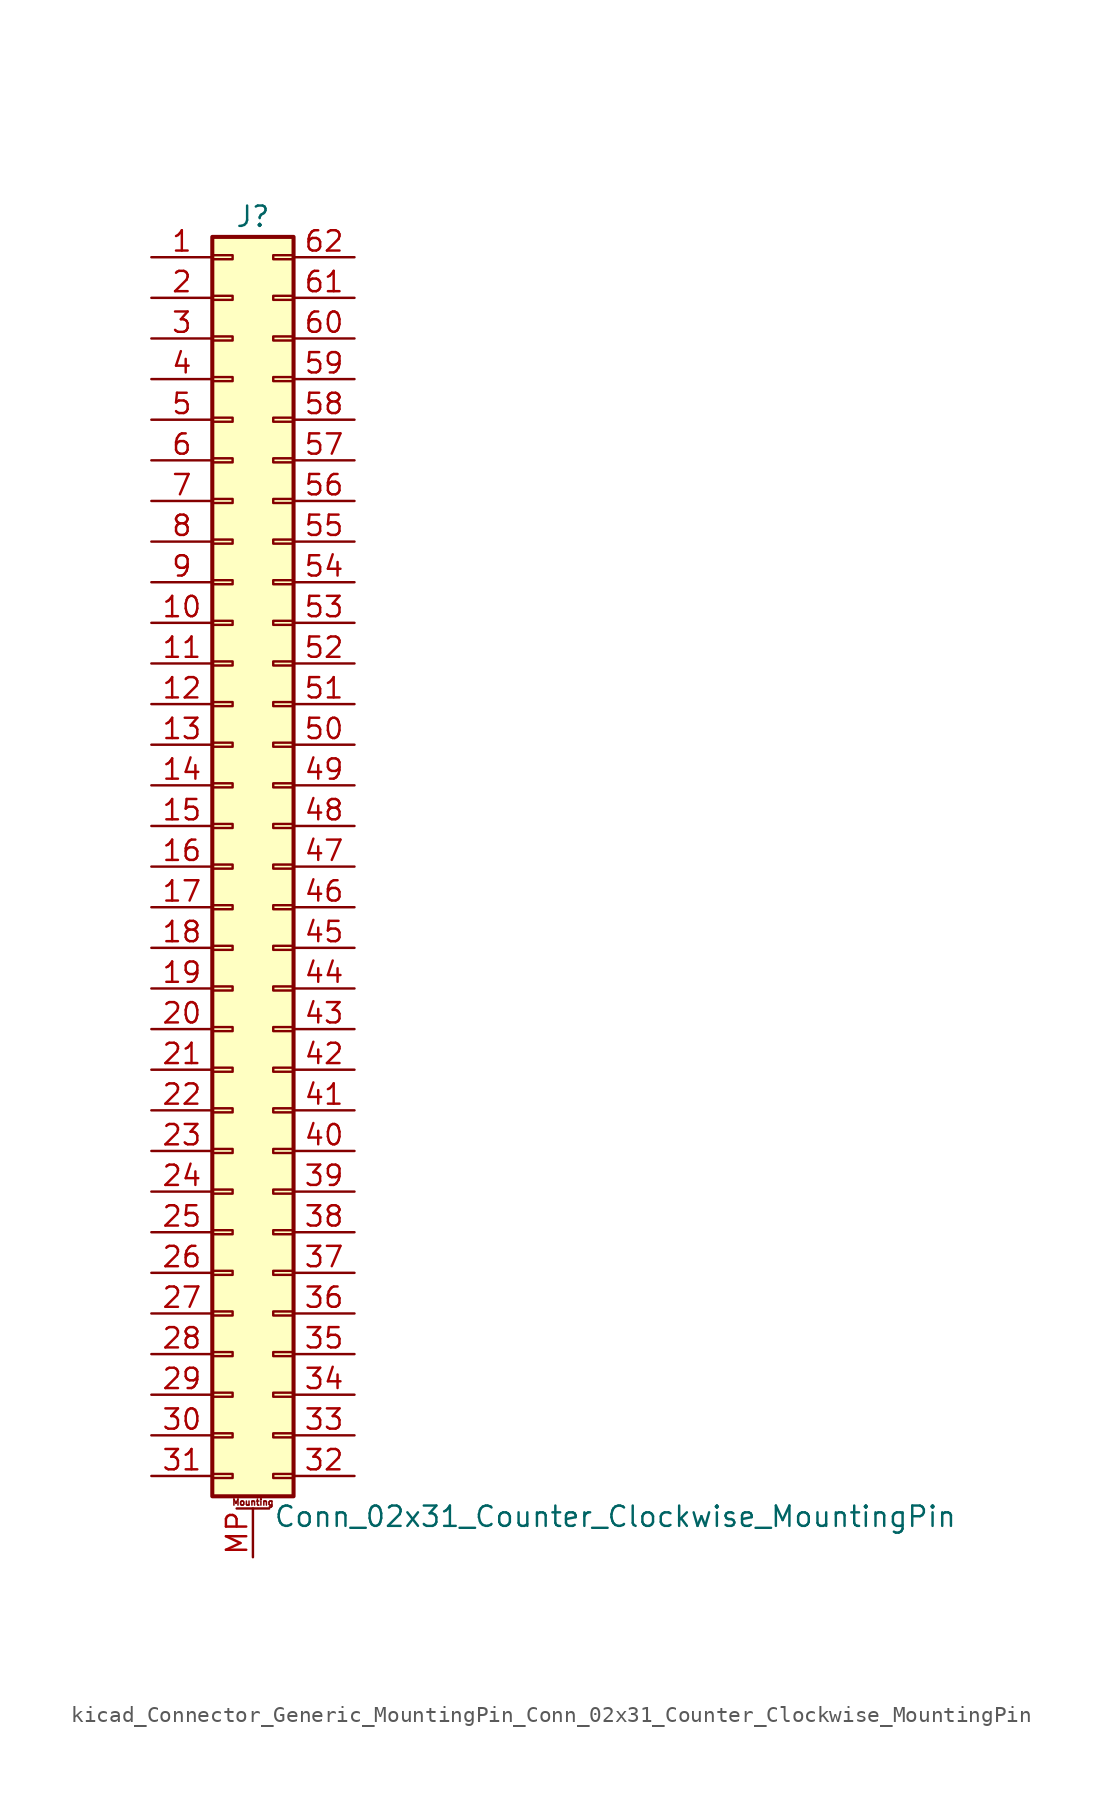
<source format=kicad_sym>
(kicad_symbol_lib
  (version 20220914)
  (generator kicad_symbol_editor)
  (symbol "kicad_Connector_Generic_MountingPin_Conn_02x31_Counter_Clockwise_MountingPin"
    (pin_names
      (offset 1.016) hide)
    (property "Reference" "J"
      (at 1.27 40.64 0)
      (effects (font (size 1.27 1.27))))
    (property "Value" "Conn_02x31_Counter_Clockwise_MountingPin"
      (at 2.54 -40.64 0)
      (effects (font (size 1.27 1.27)) (justify left)))
    (symbol "kicad_Connector_Generic_MountingPin_Conn_02x31_Counter_Clockwise_MountingPin_1_1"
      (rectangle (start -1.27 -37.973) (end 0 -38.227) (stroke (width 0.152) (type default)) (fill (type none)))
      (rectangle (start -1.27 -35.433) (end 0 -35.687) (stroke (width 0.152) (type default)) (fill (type none)))
      (rectangle (start -1.27 -32.893) (end 0 -33.147) (stroke (width 0.152) (type default)) (fill (type none)))
      (rectangle (start -1.27 -30.353) (end 0 -30.607) (stroke (width 0.152) (type default)) (fill (type none)))
      (rectangle (start -1.27 -27.813) (end 0 -28.067) (stroke (width 0.152) (type default)) (fill (type none)))
      (rectangle (start -1.27 -25.273) (end 0 -25.527) (stroke (width 0.152) (type default)) (fill (type none)))
      (rectangle (start -1.27 -22.733) (end 0 -22.987) (stroke (width 0.152) (type default)) (fill (type none)))
      (rectangle (start -1.27 -20.193) (end 0 -20.447) (stroke (width 0.152) (type default)) (fill (type none)))
      (rectangle (start -1.27 -17.653) (end 0 -17.907) (stroke (width 0.152) (type default)) (fill (type none)))
      (rectangle (start -1.27 -15.113) (end 0 -15.367) (stroke (width 0.152) (type default)) (fill (type none)))
      (rectangle (start -1.27 -12.573) (end 0 -12.827) (stroke (width 0.152) (type default)) (fill (type none)))
      (rectangle (start -1.27 -10.033) (end 0 -10.287) (stroke (width 0.152) (type default)) (fill (type none)))
      (rectangle (start -1.27 -7.493) (end 0 -7.747) (stroke (width 0.152) (type default)) (fill (type none)))
      (rectangle (start -1.27 -4.953) (end 0 -5.207) (stroke (width 0.152) (type default)) (fill (type none)))
      (rectangle (start -1.27 -2.413) (end 0 -2.667) (stroke (width 0.152) (type default)) (fill (type none)))
      (rectangle (start -1.27 0.127) (end 0 -0.127) (stroke (width 0.152) (type default)) (fill (type none)))
      (rectangle (start -1.27 2.667) (end 0 2.413) (stroke (width 0.152) (type default)) (fill (type none)))
      (rectangle (start -1.27 5.207) (end 0 4.953) (stroke (width 0.152) (type default)) (fill (type none)))
      (rectangle (start -1.27 7.747) (end 0 7.493) (stroke (width 0.152) (type default)) (fill (type none)))
      (rectangle (start -1.27 10.287) (end 0 10.033) (stroke (width 0.152) (type default)) (fill (type none)))
      (rectangle (start -1.27 12.827) (end 0 12.573) (stroke (width 0.152) (type default)) (fill (type none)))
      (rectangle (start -1.27 15.367) (end 0 15.113) (stroke (width 0.152) (type default)) (fill (type none)))
      (rectangle (start -1.27 17.907) (end 0 17.653) (stroke (width 0.152) (type default)) (fill (type none)))
      (rectangle (start -1.27 20.447) (end 0 20.193) (stroke (width 0.152) (type default)) (fill (type none)))
      (rectangle (start -1.27 22.987) (end 0 22.733) (stroke (width 0.152) (type default)) (fill (type none)))
      (rectangle (start -1.27 25.527) (end 0 25.273) (stroke (width 0.152) (type default)) (fill (type none)))
      (rectangle (start -1.27 28.067) (end 0 27.813) (stroke (width 0.152) (type default)) (fill (type none)))
      (rectangle (start -1.27 30.607) (end 0 30.353) (stroke (width 0.152) (type default)) (fill (type none)))
      (rectangle (start -1.27 33.147) (end 0 32.893) (stroke (width 0.152) (type default)) (fill (type none)))
      (rectangle (start -1.27 35.687) (end 0 35.433) (stroke (width 0.152) (type default)) (fill (type none)))
      (rectangle (start -1.27 38.227) (end 0 37.973) (stroke (width 0.152) (type default)) (fill (type none)))
      (rectangle (start -1.27 39.37) (end 3.81 -39.37) (stroke (width 0.254) (type default)) (fill (type background)))
      (polyline (pts (xy 0.254 -40.132) (xy 2.286 -40.132)) (stroke (width 0.152) (type default)) (fill (type none)))
      (rectangle (start 3.81 -37.973) (end 2.54 -38.227) (stroke (width 0.152) (type default)) (fill (type none)))
      (rectangle (start 3.81 -35.433) (end 2.54 -35.687) (stroke (width 0.152) (type default)) (fill (type none)))
      (rectangle (start 3.81 -32.893) (end 2.54 -33.147) (stroke (width 0.152) (type default)) (fill (type none)))
      (rectangle (start 3.81 -30.353) (end 2.54 -30.607) (stroke (width 0.152) (type default)) (fill (type none)))
      (rectangle (start 3.81 -27.813) (end 2.54 -28.067) (stroke (width 0.152) (type default)) (fill (type none)))
      (rectangle (start 3.81 -25.273) (end 2.54 -25.527) (stroke (width 0.152) (type default)) (fill (type none)))
      (rectangle (start 3.81 -22.733) (end 2.54 -22.987) (stroke (width 0.152) (type default)) (fill (type none)))
      (rectangle (start 3.81 -20.193) (end 2.54 -20.447) (stroke (width 0.152) (type default)) (fill (type none)))
      (rectangle (start 3.81 -17.653) (end 2.54 -17.907) (stroke (width 0.152) (type default)) (fill (type none)))
      (rectangle (start 3.81 -15.113) (end 2.54 -15.367) (stroke (width 0.152) (type default)) (fill (type none)))
      (rectangle (start 3.81 -12.573) (end 2.54 -12.827) (stroke (width 0.152) (type default)) (fill (type none)))
      (rectangle (start 3.81 -10.033) (end 2.54 -10.287) (stroke (width 0.152) (type default)) (fill (type none)))
      (rectangle (start 3.81 -7.493) (end 2.54 -7.747) (stroke (width 0.152) (type default)) (fill (type none)))
      (rectangle (start 3.81 -4.953) (end 2.54 -5.207) (stroke (width 0.152) (type default)) (fill (type none)))
      (rectangle (start 3.81 -2.413) (end 2.54 -2.667) (stroke (width 0.152) (type default)) (fill (type none)))
      (rectangle (start 3.81 0.127) (end 2.54 -0.127) (stroke (width 0.152) (type default)) (fill (type none)))
      (rectangle (start 3.81 2.667) (end 2.54 2.413) (stroke (width 0.152) (type default)) (fill (type none)))
      (rectangle (start 3.81 5.207) (end 2.54 4.953) (stroke (width 0.152) (type default)) (fill (type none)))
      (rectangle (start 3.81 7.747) (end 2.54 7.493) (stroke (width 0.152) (type default)) (fill (type none)))
      (rectangle (start 3.81 10.287) (end 2.54 10.033) (stroke (width 0.152) (type default)) (fill (type none)))
      (rectangle (start 3.81 12.827) (end 2.54 12.573) (stroke (width 0.152) (type default)) (fill (type none)))
      (rectangle (start 3.81 15.367) (end 2.54 15.113) (stroke (width 0.152) (type default)) (fill (type none)))
      (rectangle (start 3.81 17.907) (end 2.54 17.653) (stroke (width 0.152) (type default)) (fill (type none)))
      (rectangle (start 3.81 20.447) (end 2.54 20.193) (stroke (width 0.152) (type default)) (fill (type none)))
      (rectangle (start 3.81 22.987) (end 2.54 22.733) (stroke (width 0.152) (type default)) (fill (type none)))
      (rectangle (start 3.81 25.527) (end 2.54 25.273) (stroke (width 0.152) (type default)) (fill (type none)))
      (rectangle (start 3.81 28.067) (end 2.54 27.813) (stroke (width 0.152) (type default)) (fill (type none)))
      (rectangle (start 3.81 30.607) (end 2.54 30.353) (stroke (width 0.152) (type default)) (fill (type none)))
      (rectangle (start 3.81 33.147) (end 2.54 32.893) (stroke (width 0.152) (type default)) (fill (type none)))
      (rectangle (start 3.81 35.687) (end 2.54 35.433) (stroke (width 0.152) (type default)) (fill (type none)))
      (rectangle (start 3.81 38.227) (end 2.54 37.973) (stroke (width 0.152) (type default)) (fill (type none)))
      (text "Mounting" (at 1.27 -39.751 0) (effects (font (size 0.381 0.381))))
      (pin passive line (at -5.08 38.1 0) (length 3.81) (name "Pin_1" (effects (font (size 1.27 1.27)))) (number "1" (effects (font (size 1.27 1.27)))))
      (pin passive line (at -5.08 15.24 0) (length 3.81) (name "Pin_10" (effects (font (size 1.27 1.27)))) (number "10" (effects (font (size 1.27 1.27)))))
      (pin passive line (at -5.08 12.7 0) (length 3.81) (name "Pin_11" (effects (font (size 1.27 1.27)))) (number "11" (effects (font (size 1.27 1.27)))))
      (pin passive line (at -5.08 10.16 0) (length 3.81) (name "Pin_12" (effects (font (size 1.27 1.27)))) (number "12" (effects (font (size 1.27 1.27)))))
      (pin passive line (at -5.08 7.62 0) (length 3.81) (name "Pin_13" (effects (font (size 1.27 1.27)))) (number "13" (effects (font (size 1.27 1.27)))))
      (pin passive line (at -5.08 5.08 0) (length 3.81) (name "Pin_14" (effects (font (size 1.27 1.27)))) (number "14" (effects (font (size 1.27 1.27)))))
      (pin passive line (at -5.08 2.54 0) (length 3.81) (name "Pin_15" (effects (font (size 1.27 1.27)))) (number "15" (effects (font (size 1.27 1.27)))))
      (pin passive line (at -5.08 0 0) (length 3.81) (name "Pin_16" (effects (font (size 1.27 1.27)))) (number "16" (effects (font (size 1.27 1.27)))))
      (pin passive line (at -5.08 -2.54 0) (length 3.81) (name "Pin_17" (effects (font (size 1.27 1.27)))) (number "17" (effects (font (size 1.27 1.27)))))
      (pin passive line (at -5.08 -5.08 0) (length 3.81) (name "Pin_18" (effects (font (size 1.27 1.27)))) (number "18" (effects (font (size 1.27 1.27)))))
      (pin passive line (at -5.08 -7.62 0) (length 3.81) (name "Pin_19" (effects (font (size 1.27 1.27)))) (number "19" (effects (font (size 1.27 1.27)))))
      (pin passive line (at -5.08 35.56 0) (length 3.81) (name "Pin_2" (effects (font (size 1.27 1.27)))) (number "2" (effects (font (size 1.27 1.27)))))
      (pin passive line (at -5.08 -10.16 0) (length 3.81) (name "Pin_20" (effects (font (size 1.27 1.27)))) (number "20" (effects (font (size 1.27 1.27)))))
      (pin passive line (at -5.08 -12.7 0) (length 3.81) (name "Pin_21" (effects (font (size 1.27 1.27)))) (number "21" (effects (font (size 1.27 1.27)))))
      (pin passive line (at -5.08 -15.24 0) (length 3.81) (name "Pin_22" (effects (font (size 1.27 1.27)))) (number "22" (effects (font (size 1.27 1.27)))))
      (pin passive line (at -5.08 -17.78 0) (length 3.81) (name "Pin_23" (effects (font (size 1.27 1.27)))) (number "23" (effects (font (size 1.27 1.27)))))
      (pin passive line (at -5.08 -20.32 0) (length 3.81) (name "Pin_24" (effects (font (size 1.27 1.27)))) (number "24" (effects (font (size 1.27 1.27)))))
      (pin passive line (at -5.08 -22.86 0) (length 3.81) (name "Pin_25" (effects (font (size 1.27 1.27)))) (number "25" (effects (font (size 1.27 1.27)))))
      (pin passive line (at -5.08 -25.4 0) (length 3.81) (name "Pin_26" (effects (font (size 1.27 1.27)))) (number "26" (effects (font (size 1.27 1.27)))))
      (pin passive line (at -5.08 -27.94 0) (length 3.81) (name "Pin_27" (effects (font (size 1.27 1.27)))) (number "27" (effects (font (size 1.27 1.27)))))
      (pin passive line (at -5.08 -30.48 0) (length 3.81) (name "Pin_28" (effects (font (size 1.27 1.27)))) (number "28" (effects (font (size 1.27 1.27)))))
      (pin passive line (at -5.08 -33.02 0) (length 3.81) (name "Pin_29" (effects (font (size 1.27 1.27)))) (number "29" (effects (font (size 1.27 1.27)))))
      (pin passive line (at -5.08 33.02 0) (length 3.81) (name "Pin_3" (effects (font (size 1.27 1.27)))) (number "3" (effects (font (size 1.27 1.27)))))
      (pin passive line (at -5.08 -35.56 0) (length 3.81) (name "Pin_30" (effects (font (size 1.27 1.27)))) (number "30" (effects (font (size 1.27 1.27)))))
      (pin passive line (at -5.08 -38.1 0) (length 3.81) (name "Pin_31" (effects (font (size 1.27 1.27)))) (number "31" (effects (font (size 1.27 1.27)))))
      (pin passive line (at 7.62 -38.1 180) (length 3.81) (name "Pin_32" (effects (font (size 1.27 1.27)))) (number "32" (effects (font (size 1.27 1.27)))))
      (pin passive line (at 7.62 -35.56 180) (length 3.81) (name "Pin_33" (effects (font (size 1.27 1.27)))) (number "33" (effects (font (size 1.27 1.27)))))
      (pin passive line (at 7.62 -33.02 180) (length 3.81) (name "Pin_34" (effects (font (size 1.27 1.27)))) (number "34" (effects (font (size 1.27 1.27)))))
      (pin passive line (at 7.62 -30.48 180) (length 3.81) (name "Pin_35" (effects (font (size 1.27 1.27)))) (number "35" (effects (font (size 1.27 1.27)))))
      (pin passive line (at 7.62 -27.94 180) (length 3.81) (name "Pin_36" (effects (font (size 1.27 1.27)))) (number "36" (effects (font (size 1.27 1.27)))))
      (pin passive line (at 7.62 -25.4 180) (length 3.81) (name "Pin_37" (effects (font (size 1.27 1.27)))) (number "37" (effects (font (size 1.27 1.27)))))
      (pin passive line (at 7.62 -22.86 180) (length 3.81) (name "Pin_38" (effects (font (size 1.27 1.27)))) (number "38" (effects (font (size 1.27 1.27)))))
      (pin passive line (at 7.62 -20.32 180) (length 3.81) (name "Pin_39" (effects (font (size 1.27 1.27)))) (number "39" (effects (font (size 1.27 1.27)))))
      (pin passive line (at -5.08 30.48 0) (length 3.81) (name "Pin_4" (effects (font (size 1.27 1.27)))) (number "4" (effects (font (size 1.27 1.27)))))
      (pin passive line (at 7.62 -17.78 180) (length 3.81) (name "Pin_40" (effects (font (size 1.27 1.27)))) (number "40" (effects (font (size 1.27 1.27)))))
      (pin passive line (at 7.62 -15.24 180) (length 3.81) (name "Pin_41" (effects (font (size 1.27 1.27)))) (number "41" (effects (font (size 1.27 1.27)))))
      (pin passive line (at 7.62 -12.7 180) (length 3.81) (name "Pin_42" (effects (font (size 1.27 1.27)))) (number "42" (effects (font (size 1.27 1.27)))))
      (pin passive line (at 7.62 -10.16 180) (length 3.81) (name "Pin_43" (effects (font (size 1.27 1.27)))) (number "43" (effects (font (size 1.27 1.27)))))
      (pin passive line (at 7.62 -7.62 180) (length 3.81) (name "Pin_44" (effects (font (size 1.27 1.27)))) (number "44" (effects (font (size 1.27 1.27)))))
      (pin passive line (at 7.62 -5.08 180) (length 3.81) (name "Pin_45" (effects (font (size 1.27 1.27)))) (number "45" (effects (font (size 1.27 1.27)))))
      (pin passive line (at 7.62 -2.54 180) (length 3.81) (name "Pin_46" (effects (font (size 1.27 1.27)))) (number "46" (effects (font (size 1.27 1.27)))))
      (pin passive line (at 7.62 0 180) (length 3.81) (name "Pin_47" (effects (font (size 1.27 1.27)))) (number "47" (effects (font (size 1.27 1.27)))))
      (pin passive line (at 7.62 2.54 180) (length 3.81) (name "Pin_48" (effects (font (size 1.27 1.27)))) (number "48" (effects (font (size 1.27 1.27)))))
      (pin passive line (at 7.62 5.08 180) (length 3.81) (name "Pin_49" (effects (font (size 1.27 1.27)))) (number "49" (effects (font (size 1.27 1.27)))))
      (pin passive line (at -5.08 27.94 0) (length 3.81) (name "Pin_5" (effects (font (size 1.27 1.27)))) (number "5" (effects (font (size 1.27 1.27)))))
      (pin passive line (at 7.62 7.62 180) (length 3.81) (name "Pin_50" (effects (font (size 1.27 1.27)))) (number "50" (effects (font (size 1.27 1.27)))))
      (pin passive line (at 7.62 10.16 180) (length 3.81) (name "Pin_51" (effects (font (size 1.27 1.27)))) (number "51" (effects (font (size 1.27 1.27)))))
      (pin passive line (at 7.62 12.7 180) (length 3.81) (name "Pin_52" (effects (font (size 1.27 1.27)))) (number "52" (effects (font (size 1.27 1.27)))))
      (pin passive line (at 7.62 15.24 180) (length 3.81) (name "Pin_53" (effects (font (size 1.27 1.27)))) (number "53" (effects (font (size 1.27 1.27)))))
      (pin passive line (at 7.62 17.78 180) (length 3.81) (name "Pin_54" (effects (font (size 1.27 1.27)))) (number "54" (effects (font (size 1.27 1.27)))))
      (pin passive line (at 7.62 20.32 180) (length 3.81) (name "Pin_55" (effects (font (size 1.27 1.27)))) (number "55" (effects (font (size 1.27 1.27)))))
      (pin passive line (at 7.62 22.86 180) (length 3.81) (name "Pin_56" (effects (font (size 1.27 1.27)))) (number "56" (effects (font (size 1.27 1.27)))))
      (pin passive line (at 7.62 25.4 180) (length 3.81) (name "Pin_57" (effects (font (size 1.27 1.27)))) (number "57" (effects (font (size 1.27 1.27)))))
      (pin passive line (at 7.62 27.94 180) (length 3.81) (name "Pin_58" (effects (font (size 1.27 1.27)))) (number "58" (effects (font (size 1.27 1.27)))))
      (pin passive line (at 7.62 30.48 180) (length 3.81) (name "Pin_59" (effects (font (size 1.27 1.27)))) (number "59" (effects (font (size 1.27 1.27)))))
      (pin passive line (at -5.08 25.4 0) (length 3.81) (name "Pin_6" (effects (font (size 1.27 1.27)))) (number "6" (effects (font (size 1.27 1.27)))))
      (pin passive line (at 7.62 33.02 180) (length 3.81) (name "Pin_60" (effects (font (size 1.27 1.27)))) (number "60" (effects (font (size 1.27 1.27)))))
      (pin passive line (at 7.62 35.56 180) (length 3.81) (name "Pin_61" (effects (font (size 1.27 1.27)))) (number "61" (effects (font (size 1.27 1.27)))))
      (pin passive line (at 7.62 38.1 180) (length 3.81) (name "Pin_62" (effects (font (size 1.27 1.27)))) (number "62" (effects (font (size 1.27 1.27)))))
      (pin passive line (at -5.08 22.86 0) (length 3.81) (name "Pin_7" (effects (font (size 1.27 1.27)))) (number "7" (effects (font (size 1.27 1.27)))))
      (pin passive line (at -5.08 20.32 0) (length 3.81) (name "Pin_8" (effects (font (size 1.27 1.27)))) (number "8" (effects (font (size 1.27 1.27)))))
      (pin passive line (at -5.08 17.78 0) (length 3.81) (name "Pin_9" (effects (font (size 1.27 1.27)))) (number "9" (effects (font (size 1.27 1.27)))))
      (pin passive line (at 1.27 -43.18 90) (length 3.048) (name "MountPin" (effects (font (size 1.27 1.27)))) (number "MP" (effects (font (size 1.27 1.27))))))))
</source>
